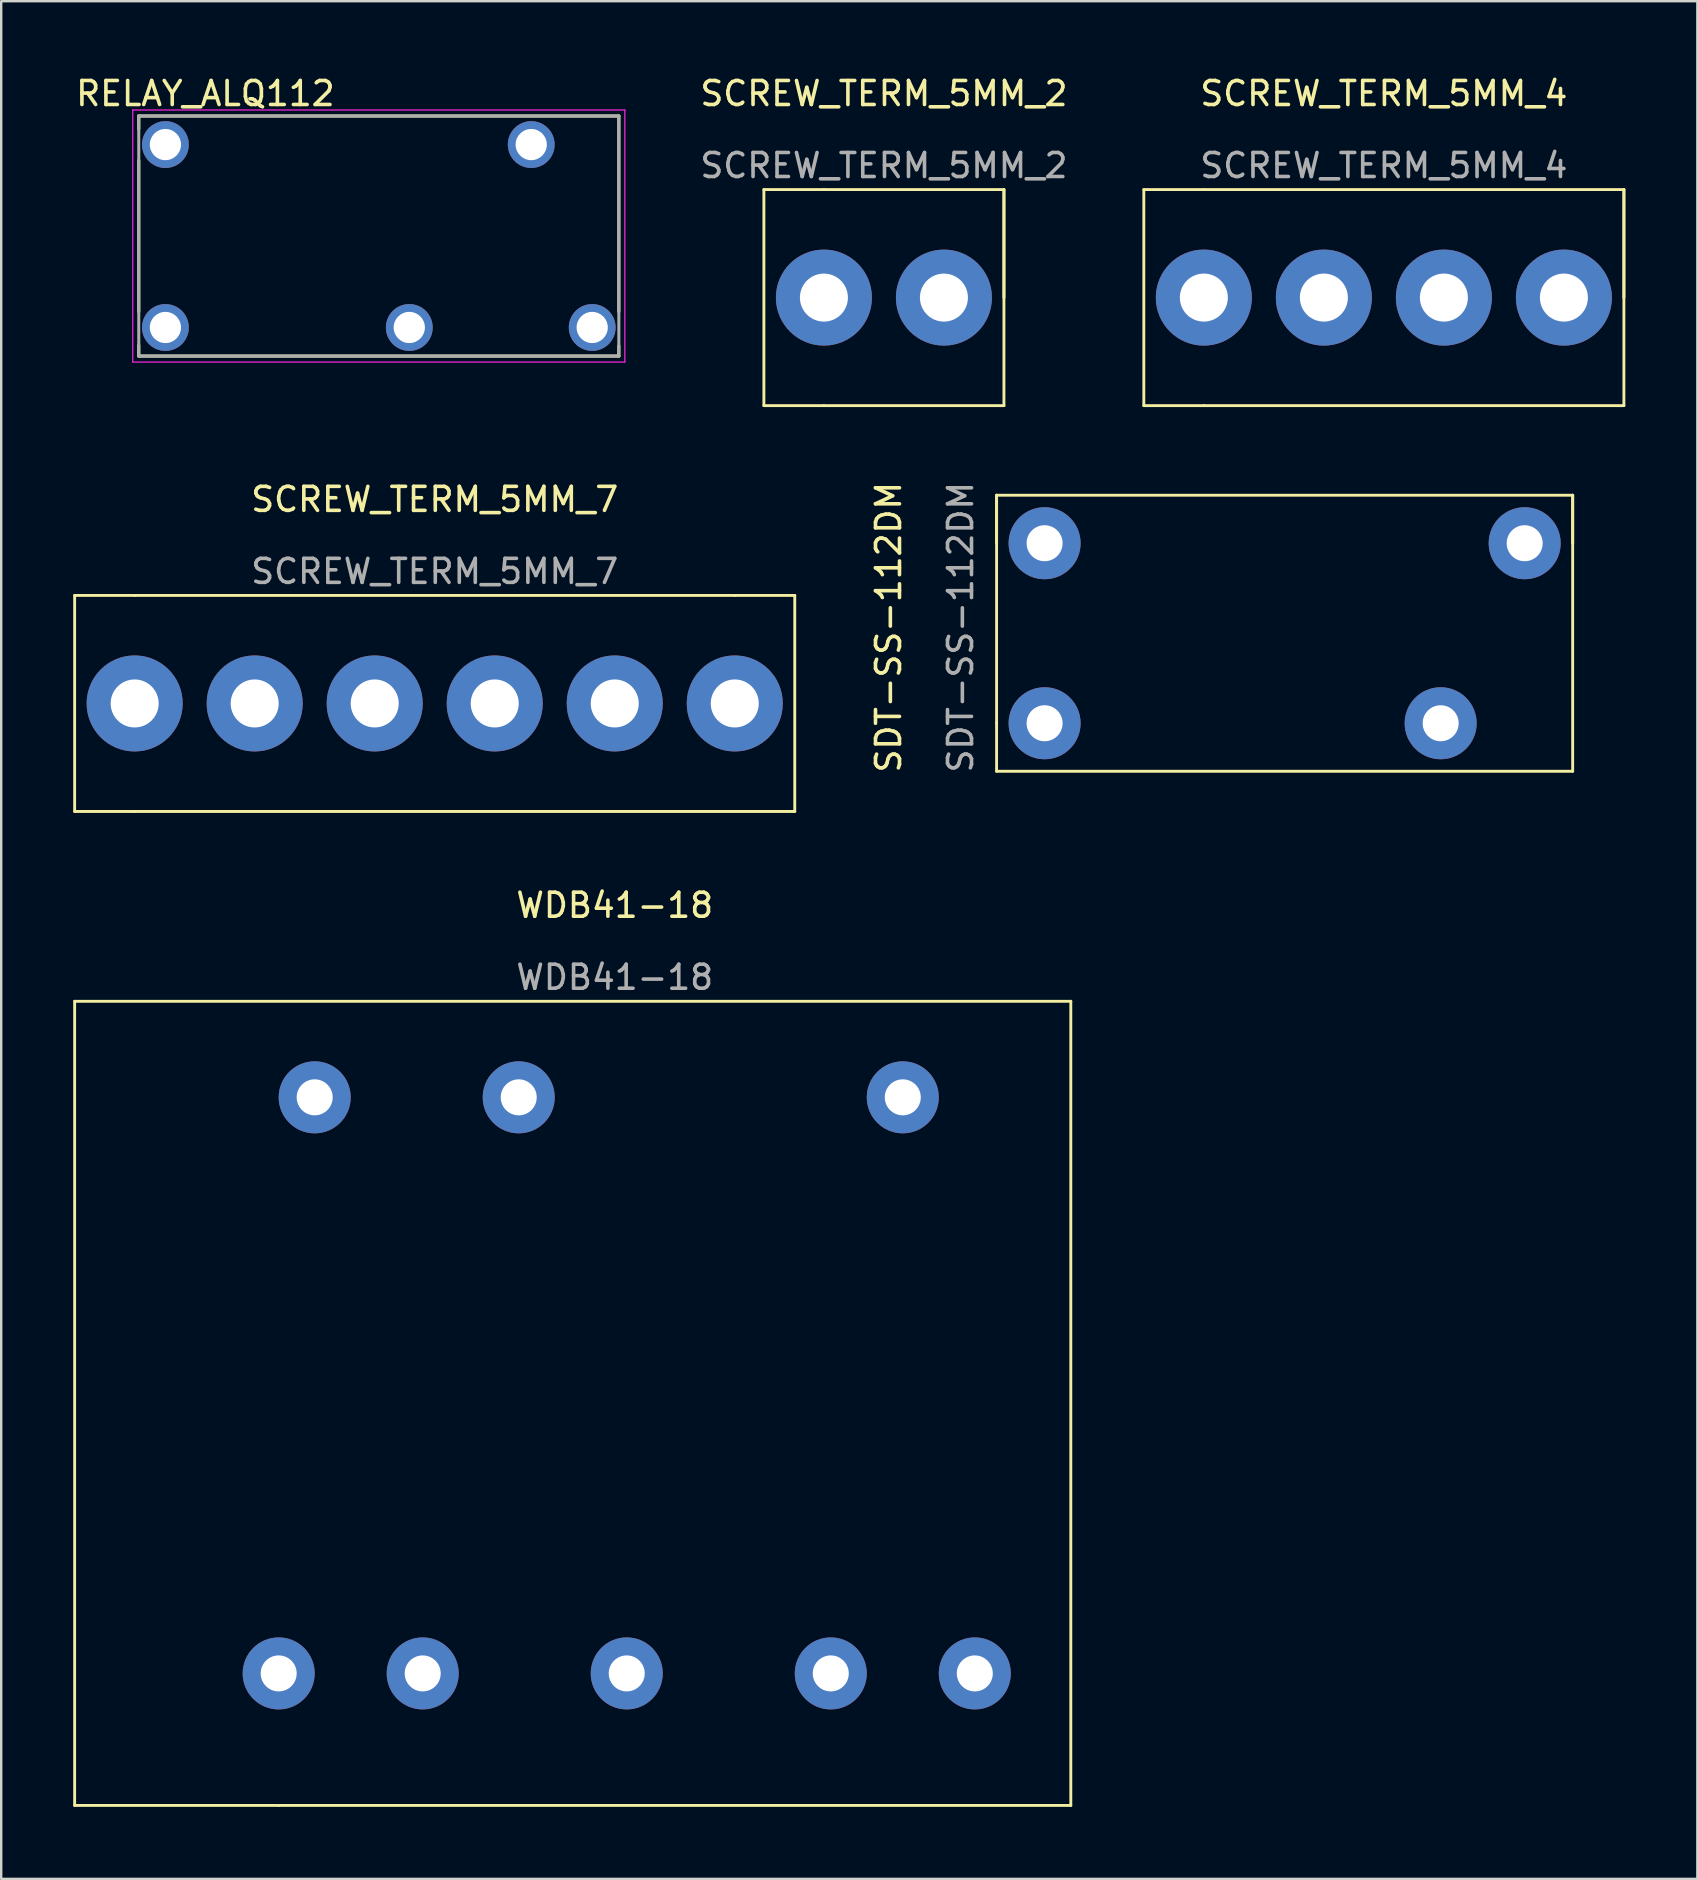
<source format=kicad_pcb>
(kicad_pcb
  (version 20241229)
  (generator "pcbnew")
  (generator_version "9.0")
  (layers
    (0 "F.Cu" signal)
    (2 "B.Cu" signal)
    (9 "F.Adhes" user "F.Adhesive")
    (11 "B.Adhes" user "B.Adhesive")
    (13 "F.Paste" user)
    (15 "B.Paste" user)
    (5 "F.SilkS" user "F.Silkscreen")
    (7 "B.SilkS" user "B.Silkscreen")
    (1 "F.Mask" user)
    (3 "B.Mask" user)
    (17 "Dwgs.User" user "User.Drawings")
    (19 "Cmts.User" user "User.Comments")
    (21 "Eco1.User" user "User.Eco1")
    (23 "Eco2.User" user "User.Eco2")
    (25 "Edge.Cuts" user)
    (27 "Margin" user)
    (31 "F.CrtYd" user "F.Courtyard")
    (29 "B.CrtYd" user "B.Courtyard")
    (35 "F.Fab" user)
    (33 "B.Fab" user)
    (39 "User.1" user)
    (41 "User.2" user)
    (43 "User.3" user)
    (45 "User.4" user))
  (footprint "SDT-SS-112DM"
    (layer "F.Cu")
    (at 49.968 23.581)
    (property "Reference" "SDT-SS-112DM" (at -16 -0.5 90) (unlocked yes) (layer "F.SilkS") (effects (font (size 1 1) (thickness 0.15))))
    (attr through_hole)
    (fp_line (start -11.5 -6) (end -11.5 3.5) (stroke (width 0.12) (type solid)) (layer "F.SilkS"))
    (fp_line (start -11.5 -4) (end -11.5 -6) (stroke (width 0.12) (type solid)) (layer "F.SilkS"))
    (fp_line (start -11.5 3.5) (end -11.5 5.5) (stroke (width 0.12) (type solid)) (layer "F.SilkS"))
    (fp_line (start -11.5 5.5) (end 12.5 5.5) (stroke (width 0.12) (type solid)) (layer "F.SilkS"))
    (fp_line (start 12.5 -6) (end -11.5 -6) (stroke (width 0.12) (type solid)) (layer "F.SilkS"))
    (fp_line (start 12.5 -4) (end 12.5 -6) (stroke (width 0.12) (type solid)) (layer "F.SilkS"))
    (fp_line (start 12.5 5.5) (end 12.5 -6) (stroke (width 0.12) (type solid)) (layer "F.SilkS"))
    (fp_text user "${REFERENCE}" (at -13 -0.5 90) (unlocked yes) (layer "F.Fab") (effects (font (size 1 1) (thickness 0.15))))
    (pad "1" thru_hole circle (at 10.5 -4) (size 3 3) (drill 1.5) (layers "*.Cu" "*.Mask"))
    (pad "2" thru_hole circle (at -9.5 -4) (size 3 3) (drill 1.5) (layers "*.Cu" "*.Mask"))
    (pad "6" thru_hole circle (at -9.5 3.5) (size 3 3) (drill 1.5) (layers "*.Cu" "*.Mask"))
    (pad "7" thru_hole circle (at 7 3.5) (size 3 3) (drill 1.5) (layers "*.Cu" "*.Mask")))
  (footprint "SCREW_TERM_5MM_7"
    (layer "F.Cu")
    (at 15.06 26.256)
    (property "Reference" "SCREW_TERM_5MM_7" (at 0 -8.5 0) (unlocked yes) (layer "F.SilkS") (effects (font (size 1 1) (thickness 0.15))))
    (attr through_hole)
    (fp_line (start -15 -4.5) (end -12.5 -4.5) (stroke (width 0.12) (type solid)) (layer "F.SilkS"))
    (fp_line (start -15 4.5) (end -15 -4.5) (stroke (width 0.12) (type solid)) (layer "F.SilkS"))
    (fp_line (start -12.5 -4.5) (end 12.5 -4.5) (stroke (width 0.12) (type solid)) (layer "F.SilkS"))
    (fp_line (start -12.5 4.5) (end -15 4.5) (stroke (width 0.12) (type solid)) (layer "F.SilkS"))
    (fp_line (start 12.5 -4.5) (end 15 -4.5) (stroke (width 0.12) (type solid)) (layer "F.SilkS"))
    (fp_line (start 15 -4.5) (end 15 4.5) (stroke (width 0.12) (type solid)) (layer "F.SilkS"))
    (fp_line (start 15 4.5) (end -12.5 4.5) (stroke (width 0.12) (type solid)) (layer "F.SilkS"))
    (fp_text user "${REFERENCE}" (at 0 -5.5 0) (unlocked yes) (layer "F.Fab") (effects (font (size 1 1) (thickness 0.15))))
    (pad "1" thru_hole circle (at -12.5 0) (size 4 4) (drill 2) (layers "*.Cu" "*.Mask"))
    (pad "2" thru_hole circle (at -7.5 0) (size 4 4) (drill 2) (layers "*.Cu" "*.Mask"))
    (pad "3" thru_hole circle (at -2.5 0) (size 4 4) (drill 2) (layers "*.Cu" "*.Mask"))
    (pad "4" thru_hole circle (at 2.5 0) (size 4 4) (drill 2) (layers "*.Cu" "*.Mask"))
    (pad "6" thru_hole circle (at 7.5 0) (size 4 4) (drill 2) (layers "*.Cu" "*.Mask"))
    (pad "7" thru_hole circle (at 12.5 0) (size 4 4) (drill 2) (layers "*.Cu" "*.Mask")))
  (footprint "RELAY_ALQ112"
    (layer "F.Cu")
    (at 12.731 6.783)
    (property "Reference" "RELAY_ALQ112" (at -7.225 -5.935 0) (layer "F.SilkS") (effects (font (size 1 1) (thickness 0.15))))
    (attr through_hole)
    (fp_line (start -10 -5) (end -10 -4.454) (stroke (width 0.127) (type solid)) (layer "F.SilkS"))
    (fp_line (start -10 -5) (end 10 -5) (stroke (width 0.127) (type solid)) (layer "F.SilkS"))
    (fp_line (start -10 -3.146) (end -10 3.146) (stroke (width 0.127) (type solid)) (layer "F.SilkS"))
    (fp_line (start -10 5) (end -10 4.554) (stroke (width 0.127) (type solid)) (layer "F.SilkS"))
    (fp_line (start 10 3.146) (end 10 -5) (stroke (width 0.127) (type solid)) (layer "F.SilkS"))
    (fp_line (start 10 5) (end -10 5) (stroke (width 0.127) (type solid)) (layer "F.SilkS"))
    (fp_line (start 10 5) (end 10 4.581) (stroke (width 0.127) (type solid)) (layer "F.SilkS"))
    (fp_line (start -10.25 -5.25) (end 10.25 -5.25) (stroke (width 0.05) (type solid)) (layer "F.CrtYd"))
    (fp_line (start -10.25 5.25) (end -10.25 -5.25) (stroke (width 0.05) (type solid)) (layer "F.CrtYd"))
    (fp_line (start 10.25 -5.25) (end 10.25 5.25) (stroke (width 0.05) (type solid)) (layer "F.CrtYd"))
    (fp_line (start 10.25 5.25) (end -10.25 5.25) (stroke (width 0.05) (type solid)) (layer "F.CrtYd"))
    (fp_line (start -10 -5) (end 10 -5) (stroke (width 0.127) (type solid)) (layer "F.Fab"))
    (fp_line (start -10 5) (end -10 -5) (stroke (width 0.127) (type solid)) (layer "F.Fab"))
    (fp_line (start 10 -5) (end 10 5) (stroke (width 0.127) (type solid)) (layer "F.Fab"))
    (fp_line (start 10 5) (end -10 5) (stroke (width 0.127) (type solid)) (layer "F.Fab"))
    (pad "1" thru_hole circle (at -8.89 3.81) (size 1.95 1.95) (drill 1.3) (layers "*.Cu" "*.Mask"))
    (pad "2" thru_hole circle (at -8.89 -3.81) (size 1.95 1.95) (drill 1.3) (layers "*.Cu" "*.Mask"))
    (pad "3" thru_hole circle (at 1.27 3.81) (size 1.95 1.95) (drill 1.3) (layers "*.Cu" "*.Mask"))
    (pad "4" thru_hole circle (at 6.35 -3.81) (size 1.95 1.95) (drill 1.3) (layers "*.Cu" "*.Mask"))
    (pad "5" thru_hole circle (at 8.89 3.81) (size 1.95 1.95) (drill 1.3) (layers "*.Cu" "*.Mask")))
  (footprint "SCREW_TERM_5MM_4"
    (layer "F.Cu")
    (at 54.602 9.348)
    (property "Reference" "SCREW_TERM_5MM_4" (at 0 -8.5 0) (unlocked yes) (layer "F.SilkS") (effects (font (size 1 1) (thickness 0.15))))
    (attr through_hole)
    (fp_line (start -10 -4.5) (end -7.5 -4.5) (stroke (width 0.12) (type solid)) (layer "F.SilkS"))
    (fp_line (start -10 4.5) (end -10 -4.5) (stroke (width 0.12) (type solid)) (layer "F.SilkS"))
    (fp_line (start -7.5 4.5) (end -10 4.5) (stroke (width 0.12) (type solid)) (layer "F.SilkS"))
    (fp_line (start 10 -4.5) (end -7.5 -4.5) (stroke (width 0.12) (type solid)) (layer "F.SilkS"))
    (fp_line (start 10 -4.5) (end 10 4.5) (stroke (width 0.12) (type solid)) (layer "F.SilkS"))
    (fp_line (start 10 0) (end 10 -4.5) (stroke (width 0.12) (type solid)) (layer "F.SilkS"))
    (fp_line (start 10 4.5) (end -7.5 4.5) (stroke (width 0.12) (type solid)) (layer "F.SilkS"))
    (fp_text user "${REFERENCE}" (at 0 -5.5 0) (unlocked yes) (layer "F.Fab") (effects (font (size 1 1) (thickness 0.15))))
    (pad "1" thru_hole circle (at -7.5 0) (size 4 4) (drill 2) (layers "*.Cu" "*.Mask"))
    (pad "2" thru_hole circle (at -2.5 0) (size 4 4) (drill 2) (layers "*.Cu" "*.Mask"))
    (pad "3" thru_hole circle (at 2.5 0) (size 4 4) (drill 2) (layers "*.Cu" "*.Mask"))
    (pad "4" thru_hole circle (at 7.5 0) (size 4 4) (drill 2) (layers "*.Cu" "*.Mask")))
  (footprint "SCREW_TERM_5MM_2"
    (layer "F.Cu")
    (at 33.774 9.348)
    (property "Reference" "SCREW_TERM_5MM_2" (at 0 -8.5 0) (unlocked yes) (layer "F.SilkS") (effects (font (size 1 1) (thickness 0.15))))
    (attr through_hole)
    (fp_line (start -5 -4.5) (end -2.5 -4.5) (stroke (width 0.12) (type solid)) (layer "F.SilkS"))
    (fp_line (start -5 4.5) (end -5 -4.5) (stroke (width 0.12) (type solid)) (layer "F.SilkS"))
    (fp_line (start -2.5 -4.5) (end 5 -4.5) (stroke (width 0.12) (type solid)) (layer "F.SilkS"))
    (fp_line (start -2.5 4.5) (end -5 4.5) (stroke (width 0.12) (type solid)) (layer "F.SilkS"))
    (fp_line (start -2.5 4.5) (end 5 4.5) (stroke (width 0.12) (type solid)) (layer "F.SilkS"))
    (fp_line (start 5 -4.5) (end 5 4.5) (stroke (width 0.12) (type solid)) (layer "F.SilkS"))
    (fp_line (start 5 0) (end 5 -4.5) (stroke (width 0.12) (type solid)) (layer "F.SilkS"))
    (fp_text user "${REFERENCE}" (at 0 -5.5 0) (unlocked yes) (layer "F.Fab") (effects (font (size 1 1) (thickness 0.15))))
    (pad "1" thru_hole circle (at -2.5 0) (size 4 4) (drill 2) (layers "*.Cu" "*.Mask"))
    (pad "2" thru_hole circle (at 2.5 0) (size 4 4) (drill 2) (layers "*.Cu" "*.Mask")))
  (footprint "WDB41-18"
    (layer "F.Cu")
    (at 20.56 55.165)
    (property "Reference" "WDB41-18" (at 2 -20.5 0) (unlocked yes) (layer "F.SilkS") (effects (font (size 1 1) (thickness 0.15))))
    (attr through_hole)
    (fp_line (start -20.5 -16.5) (end 21 -16.5) (stroke (width 0.12) (type solid)) (layer "F.SilkS"))
    (fp_line (start -20.5 17) (end -20.5 -16.5) (stroke (width 0.12) (type solid)) (layer "F.SilkS"))
    (fp_line (start -12 17) (end -20.5 17) (stroke (width 0.12) (type solid)) (layer "F.SilkS"))
    (fp_line (start -12 17) (end 21 17) (stroke (width 0.12) (type solid)) (layer "F.SilkS"))
    (fp_line (start 21 -16.5) (end 21 17) (stroke (width 0.12) (type solid)) (layer "F.SilkS"))
    (fp_text user "${REFERENCE}" (at 2 -17.5 0) (unlocked yes) (layer "F.Fab") (effects (font (size 1 1) (thickness 0.15))))
    (pad "0" thru_hole circle (at -2 -12.5) (size 3 3) (drill 1.5) (layers "*.Cu" "*.Mask"))
    (pad "3" thru_hole circle (at 14 -12.5) (size 3 3) (drill 1.5) (layers "*.Cu" "*.Mask"))
    (pad "4" thru_hole circle (at -10.5 -12.5) (size 3 3) (drill 1.5) (layers "*.Cu" "*.Mask"))
    (pad "5" thru_hole circle (at -12 11.5) (size 3 3) (drill 1.5) (layers "*.Cu" "*.Mask"))
    (pad "7" thru_hole circle (at -6 11.5) (size 3 3) (drill 1.5) (layers "*.Cu" "*.Mask"))
    (pad "8" thru_hole circle (at 2.5 11.5) (size 3 3) (drill 1.5) (layers "*.Cu" "*.Mask"))
    (pad "9" thru_hole circle (at 11 11.5) (size 3 3) (drill 1.5) (layers "*.Cu" "*.Mask"))
    (pad "10" thru_hole circle (at 17 11.5) (size 3 3) (drill 1.5) (layers "*.Cu" "*.Mask")))
  (gr_rect
    (start -3 -3)
    (end 67.662 75.225)
    (stroke (width 0.1) (type default))
    (fill no)
    (layer "Edge.Cuts")))
</source>
